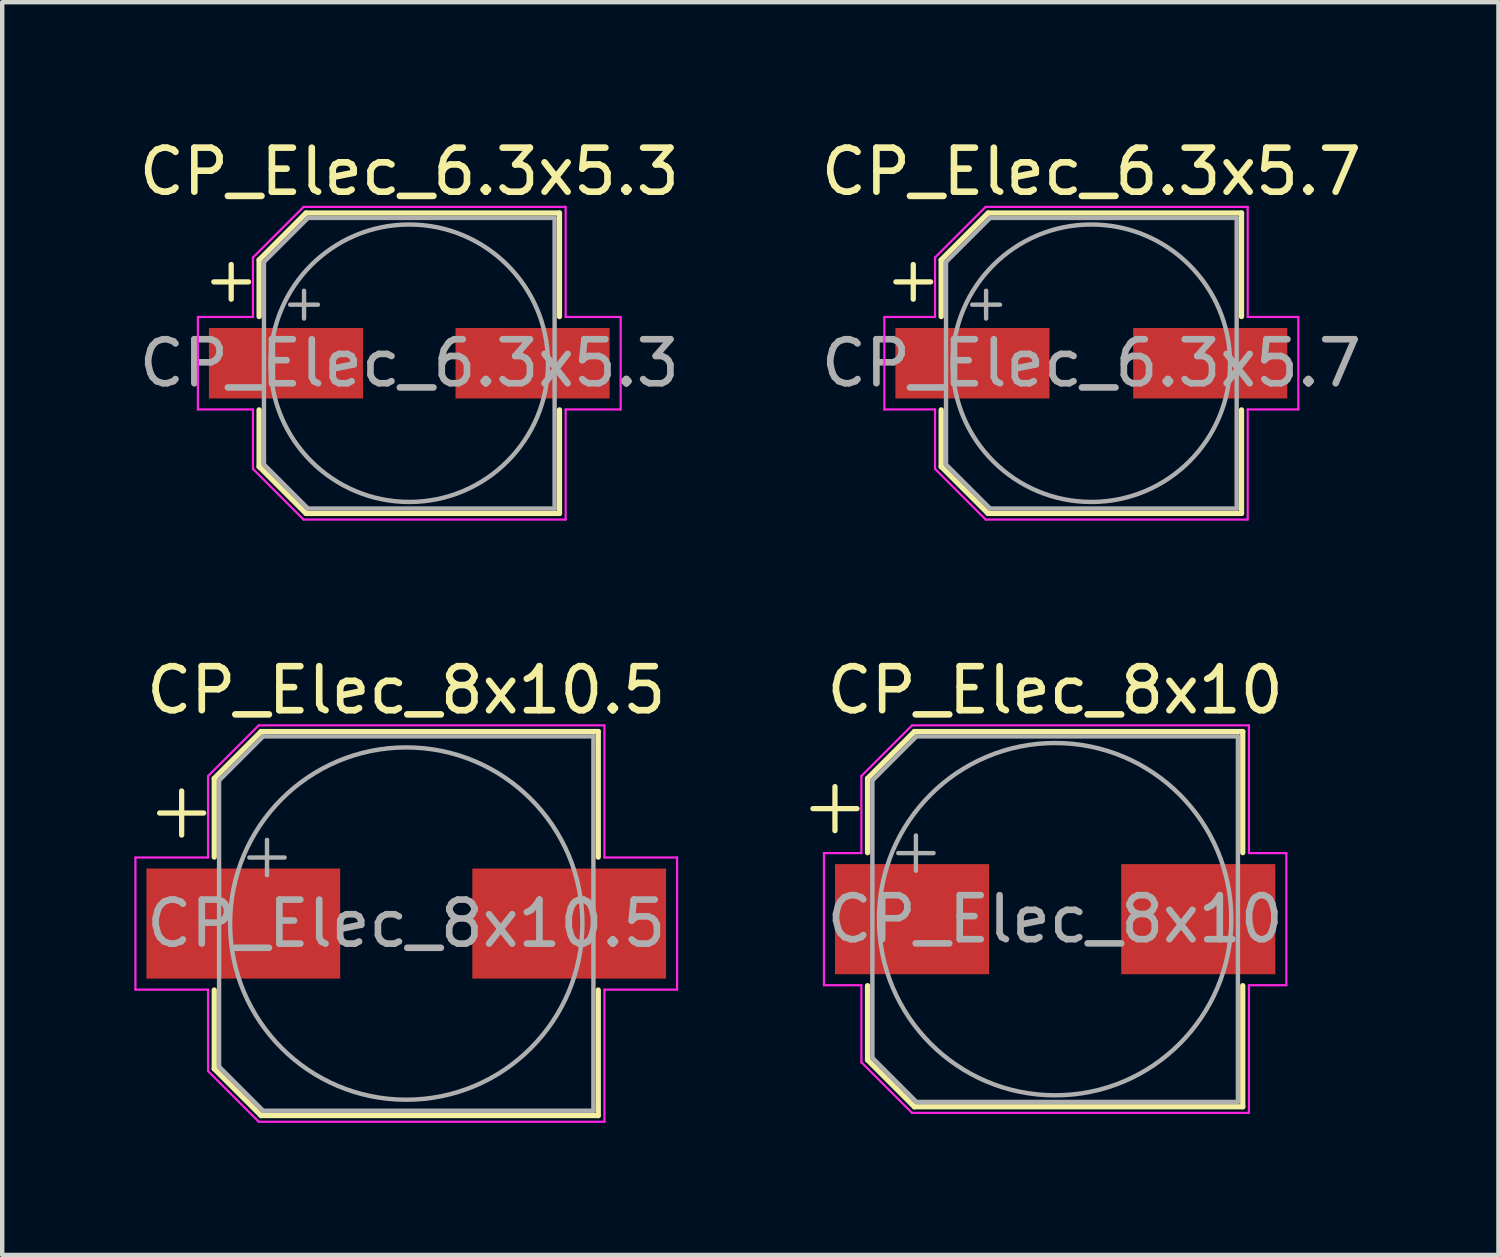
<source format=kicad_pcb>
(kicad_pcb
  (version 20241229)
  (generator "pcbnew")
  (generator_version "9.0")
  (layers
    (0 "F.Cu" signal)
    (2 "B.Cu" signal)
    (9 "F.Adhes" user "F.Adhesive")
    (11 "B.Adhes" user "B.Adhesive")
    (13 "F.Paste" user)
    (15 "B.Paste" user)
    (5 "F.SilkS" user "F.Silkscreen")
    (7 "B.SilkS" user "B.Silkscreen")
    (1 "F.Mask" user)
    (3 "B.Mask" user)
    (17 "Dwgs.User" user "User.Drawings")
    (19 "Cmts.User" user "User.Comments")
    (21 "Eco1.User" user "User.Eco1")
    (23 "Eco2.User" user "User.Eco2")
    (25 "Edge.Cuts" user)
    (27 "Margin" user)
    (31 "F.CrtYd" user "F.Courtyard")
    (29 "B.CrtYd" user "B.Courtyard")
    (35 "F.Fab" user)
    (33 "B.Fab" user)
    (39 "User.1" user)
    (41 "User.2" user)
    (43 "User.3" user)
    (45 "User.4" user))
  (footprint "CP_Elec_8x10"
    (layer "F.Cu")
    (at 20.91 17.822)
    (property "Reference" "CP_Elec_8x10" (at 0 -5.2 0) (layer "F.SilkS") (effects (font (size 1 1) (thickness 0.15))))
    (attr smd)
    (fp_line (start -5.5 -2.51) (end -4.5 -2.51) (stroke (width 0.12) (type solid)) (layer "F.SilkS"))
    (fp_line (start -5 -3.01) (end -5 -2.01) (stroke (width 0.12) (type solid)) (layer "F.SilkS"))
    (fp_line (start -4.26 -3.196) (end -4.26 -1.51) (stroke (width 0.12) (type solid)) (layer "F.SilkS"))
    (fp_line (start -4.26 -3.196) (end -3.196 -4.26) (stroke (width 0.12) (type solid)) (layer "F.SilkS"))
    (fp_line (start -4.26 3.196) (end -4.26 1.51) (stroke (width 0.12) (type solid)) (layer "F.SilkS"))
    (fp_line (start -4.26 3.196) (end -3.196 4.26) (stroke (width 0.12) (type solid)) (layer "F.SilkS"))
    (fp_line (start -3.196 -4.26) (end 4.26 -4.26) (stroke (width 0.12) (type solid)) (layer "F.SilkS"))
    (fp_line (start -3.196 4.26) (end 4.26 4.26) (stroke (width 0.12) (type solid)) (layer "F.SilkS"))
    (fp_line (start 4.26 -4.26) (end 4.26 -1.51) (stroke (width 0.12) (type solid)) (layer "F.SilkS"))
    (fp_line (start 4.26 4.26) (end 4.26 1.51) (stroke (width 0.12) (type solid)) (layer "F.SilkS"))
    (fp_line (start -5.25 -1.5) (end -5.25 1.5) (stroke (width 0.05) (type solid)) (layer "F.CrtYd"))
    (fp_line (start -5.25 1.5) (end -4.4 1.5) (stroke (width 0.05) (type solid)) (layer "F.CrtYd"))
    (fp_line (start -4.4 -3.25) (end -4.4 -1.5) (stroke (width 0.05) (type solid)) (layer "F.CrtYd"))
    (fp_line (start -4.4 -3.25) (end -3.25 -4.4) (stroke (width 0.05) (type solid)) (layer "F.CrtYd"))
    (fp_line (start -4.4 -1.5) (end -5.25 -1.5) (stroke (width 0.05) (type solid)) (layer "F.CrtYd"))
    (fp_line (start -4.4 1.5) (end -4.4 3.25) (stroke (width 0.05) (type solid)) (layer "F.CrtYd"))
    (fp_line (start -4.4 3.25) (end -3.25 4.4) (stroke (width 0.05) (type solid)) (layer "F.CrtYd"))
    (fp_line (start -3.25 -4.4) (end 4.4 -4.4) (stroke (width 0.05) (type solid)) (layer "F.CrtYd"))
    (fp_line (start -3.25 4.4) (end 4.4 4.4) (stroke (width 0.05) (type solid)) (layer "F.CrtYd"))
    (fp_line (start 4.4 -4.4) (end 4.4 -1.5) (stroke (width 0.05) (type solid)) (layer "F.CrtYd"))
    (fp_line (start 4.4 -1.5) (end 5.25 -1.5) (stroke (width 0.05) (type solid)) (layer "F.CrtYd"))
    (fp_line (start 4.4 1.5) (end 4.4 4.4) (stroke (width 0.05) (type solid)) (layer "F.CrtYd"))
    (fp_line (start 5.25 -1.5) (end 5.25 1.5) (stroke (width 0.05) (type solid)) (layer "F.CrtYd"))
    (fp_line (start 5.25 1.5) (end 4.4 1.5) (stroke (width 0.05) (type solid)) (layer "F.CrtYd"))
    (fp_line (start -4.15 -3.15) (end -4.15 3.15) (stroke (width 0.1) (type solid)) (layer "F.Fab"))
    (fp_line (start -4.15 -3.15) (end -3.15 -4.15) (stroke (width 0.1) (type solid)) (layer "F.Fab"))
    (fp_line (start -4.15 3.15) (end -3.15 4.15) (stroke (width 0.1) (type solid)) (layer "F.Fab"))
    (fp_line (start -3.562 -1.5) (end -2.762 -1.5) (stroke (width 0.1) (type solid)) (layer "F.Fab"))
    (fp_line (start -3.162 -1.9) (end -3.162 -1.1) (stroke (width 0.1) (type solid)) (layer "F.Fab"))
    (fp_line (start -3.15 -4.15) (end 4.15 -4.15) (stroke (width 0.1) (type solid)) (layer "F.Fab"))
    (fp_line (start -3.15 4.15) (end 4.15 4.15) (stroke (width 0.1) (type solid)) (layer "F.Fab"))
    (fp_line (start 4.15 -4.15) (end 4.15 4.15) (stroke (width 0.1) (type solid)) (layer "F.Fab"))
    (fp_circle (center 0 0) (end 4 0) (stroke (width 0.1) (type solid)) (fill no) (layer "F.Fab"))
    (fp_text user "${REFERENCE}" (at 0 0 0) (layer "F.Fab") (effects (font (size 1 1) (thickness 0.15))))
    (pad "1" smd rect (at -3.25 0) (size 3.5 2.5) (layers "F.Cu" "F.Mask" "F.Paste"))
    (pad "2" smd rect (at 3.25 0) (size 3.5 2.5) (layers "F.Cu" "F.Mask" "F.Paste")))
  (footprint "CP_Elec_6.3x5.7"
    (layer "F.Cu")
    (at 21.732 5.198)
    (property "Reference" "CP_Elec_6.3x5.7" (at 0 -4.35 0) (layer "F.SilkS") (effects (font (size 1 1) (thickness 0.15))))
    (attr smd)
    (fp_line (start -4.438 -1.847) (end -3.65 -1.847) (stroke (width 0.12) (type solid)) (layer "F.SilkS"))
    (fp_line (start -4.044 -2.241) (end -4.044 -1.454) (stroke (width 0.12) (type solid)) (layer "F.SilkS"))
    (fp_line (start -3.41 -2.346) (end -3.41 -1.06) (stroke (width 0.12) (type solid)) (layer "F.SilkS"))
    (fp_line (start -3.41 -2.346) (end -2.346 -3.41) (stroke (width 0.12) (type solid)) (layer "F.SilkS"))
    (fp_line (start -3.41 2.346) (end -3.41 1.06) (stroke (width 0.12) (type solid)) (layer "F.SilkS"))
    (fp_line (start -3.41 2.346) (end -2.346 3.41) (stroke (width 0.12) (type solid)) (layer "F.SilkS"))
    (fp_line (start -2.346 -3.41) (end 3.41 -3.41) (stroke (width 0.12) (type solid)) (layer "F.SilkS"))
    (fp_line (start -2.346 3.41) (end 3.41 3.41) (stroke (width 0.12) (type solid)) (layer "F.SilkS"))
    (fp_line (start 3.41 -3.41) (end 3.41 -1.06) (stroke (width 0.12) (type solid)) (layer "F.SilkS"))
    (fp_line (start 3.41 3.41) (end 3.41 1.06) (stroke (width 0.12) (type solid)) (layer "F.SilkS"))
    (fp_line (start -4.7 -1.05) (end -4.7 1.05) (stroke (width 0.05) (type solid)) (layer "F.CrtYd"))
    (fp_line (start -4.7 1.05) (end -3.55 1.05) (stroke (width 0.05) (type solid)) (layer "F.CrtYd"))
    (fp_line (start -3.55 -2.4) (end -3.55 -1.05) (stroke (width 0.05) (type solid)) (layer "F.CrtYd"))
    (fp_line (start -3.55 -2.4) (end -2.4 -3.55) (stroke (width 0.05) (type solid)) (layer "F.CrtYd"))
    (fp_line (start -3.55 -1.05) (end -4.7 -1.05) (stroke (width 0.05) (type solid)) (layer "F.CrtYd"))
    (fp_line (start -3.55 1.05) (end -3.55 2.4) (stroke (width 0.05) (type solid)) (layer "F.CrtYd"))
    (fp_line (start -3.55 2.4) (end -2.4 3.55) (stroke (width 0.05) (type solid)) (layer "F.CrtYd"))
    (fp_line (start -2.4 -3.55) (end 3.55 -3.55) (stroke (width 0.05) (type solid)) (layer "F.CrtYd"))
    (fp_line (start -2.4 3.55) (end 3.55 3.55) (stroke (width 0.05) (type solid)) (layer "F.CrtYd"))
    (fp_line (start 3.55 -3.55) (end 3.55 -1.05) (stroke (width 0.05) (type solid)) (layer "F.CrtYd"))
    (fp_line (start 3.55 -1.05) (end 4.7 -1.05) (stroke (width 0.05) (type solid)) (layer "F.CrtYd"))
    (fp_line (start 3.55 1.05) (end 3.55 3.55) (stroke (width 0.05) (type solid)) (layer "F.CrtYd"))
    (fp_line (start 4.7 -1.05) (end 4.7 1.05) (stroke (width 0.05) (type solid)) (layer "F.CrtYd"))
    (fp_line (start 4.7 1.05) (end 3.55 1.05) (stroke (width 0.05) (type solid)) (layer "F.CrtYd"))
    (fp_line (start -3.3 -2.3) (end -3.3 2.3) (stroke (width 0.1) (type solid)) (layer "F.Fab"))
    (fp_line (start -3.3 -2.3) (end -2.3 -3.3) (stroke (width 0.1) (type solid)) (layer "F.Fab"))
    (fp_line (start -3.3 2.3) (end -2.3 3.3) (stroke (width 0.1) (type solid)) (layer "F.Fab"))
    (fp_line (start -2.705 -1.33) (end -2.075 -1.33) (stroke (width 0.1) (type solid)) (layer "F.Fab"))
    (fp_line (start -2.39 -1.645) (end -2.39 -1.015) (stroke (width 0.1) (type solid)) (layer "F.Fab"))
    (fp_line (start -2.3 -3.3) (end 3.3 -3.3) (stroke (width 0.1) (type solid)) (layer "F.Fab"))
    (fp_line (start -2.3 3.3) (end 3.3 3.3) (stroke (width 0.1) (type solid)) (layer "F.Fab"))
    (fp_line (start 3.3 -3.3) (end 3.3 3.3) (stroke (width 0.1) (type solid)) (layer "F.Fab"))
    (fp_circle (center 0 0) (end 3.15 0) (stroke (width 0.1) (type solid)) (fill no) (layer "F.Fab"))
    (fp_text user "${REFERENCE}" (at 0 0 0) (layer "F.Fab") (effects (font (size 1 1) (thickness 0.15))))
    (pad "1" smd rect (at -2.7 0) (size 3.5 1.6) (layers "F.Cu" "F.Mask" "F.Paste"))
    (pad "2" smd rect (at 2.7 0) (size 3.5 1.6) (layers "F.Cu" "F.Mask" "F.Paste")))
  (footprint "CP_Elec_6.3x5.3"
    (layer "F.Cu")
    (at 6.244 5.198)
    (property "Reference" "CP_Elec_6.3x5.3" (at 0 -4.35 0) (layer "F.SilkS") (effects (font (size 1 1) (thickness 0.15))))
    (attr smd)
    (fp_line (start -4.438 -1.847) (end -3.65 -1.847) (stroke (width 0.12) (type solid)) (layer "F.SilkS"))
    (fp_line (start -4.044 -2.241) (end -4.044 -1.454) (stroke (width 0.12) (type solid)) (layer "F.SilkS"))
    (fp_line (start -3.41 -2.346) (end -3.41 -1.06) (stroke (width 0.12) (type solid)) (layer "F.SilkS"))
    (fp_line (start -3.41 -2.346) (end -2.346 -3.41) (stroke (width 0.12) (type solid)) (layer "F.SilkS"))
    (fp_line (start -3.41 2.346) (end -3.41 1.06) (stroke (width 0.12) (type solid)) (layer "F.SilkS"))
    (fp_line (start -3.41 2.346) (end -2.346 3.41) (stroke (width 0.12) (type solid)) (layer "F.SilkS"))
    (fp_line (start -2.346 -3.41) (end 3.41 -3.41) (stroke (width 0.12) (type solid)) (layer "F.SilkS"))
    (fp_line (start -2.346 3.41) (end 3.41 3.41) (stroke (width 0.12) (type solid)) (layer "F.SilkS"))
    (fp_line (start 3.41 -3.41) (end 3.41 -1.06) (stroke (width 0.12) (type solid)) (layer "F.SilkS"))
    (fp_line (start 3.41 3.41) (end 3.41 1.06) (stroke (width 0.12) (type solid)) (layer "F.SilkS"))
    (fp_line (start -4.8 -1.05) (end -4.8 1.05) (stroke (width 0.05) (type solid)) (layer "F.CrtYd"))
    (fp_line (start -4.8 1.05) (end -3.55 1.05) (stroke (width 0.05) (type solid)) (layer "F.CrtYd"))
    (fp_line (start -3.55 -2.4) (end -3.55 -1.05) (stroke (width 0.05) (type solid)) (layer "F.CrtYd"))
    (fp_line (start -3.55 -2.4) (end -2.4 -3.55) (stroke (width 0.05) (type solid)) (layer "F.CrtYd"))
    (fp_line (start -3.55 -1.05) (end -4.8 -1.05) (stroke (width 0.05) (type solid)) (layer "F.CrtYd"))
    (fp_line (start -3.55 1.05) (end -3.55 2.4) (stroke (width 0.05) (type solid)) (layer "F.CrtYd"))
    (fp_line (start -3.55 2.4) (end -2.4 3.55) (stroke (width 0.05) (type solid)) (layer "F.CrtYd"))
    (fp_line (start -2.4 -3.55) (end 3.55 -3.55) (stroke (width 0.05) (type solid)) (layer "F.CrtYd"))
    (fp_line (start -2.4 3.55) (end 3.55 3.55) (stroke (width 0.05) (type solid)) (layer "F.CrtYd"))
    (fp_line (start 3.55 -3.55) (end 3.55 -1.05) (stroke (width 0.05) (type solid)) (layer "F.CrtYd"))
    (fp_line (start 3.55 -1.05) (end 4.8 -1.05) (stroke (width 0.05) (type solid)) (layer "F.CrtYd"))
    (fp_line (start 3.55 1.05) (end 3.55 3.55) (stroke (width 0.05) (type solid)) (layer "F.CrtYd"))
    (fp_line (start 4.8 -1.05) (end 4.8 1.05) (stroke (width 0.05) (type solid)) (layer "F.CrtYd"))
    (fp_line (start 4.8 1.05) (end 3.55 1.05) (stroke (width 0.05) (type solid)) (layer "F.CrtYd"))
    (fp_line (start -3.3 -2.3) (end -3.3 2.3) (stroke (width 0.1) (type solid)) (layer "F.Fab"))
    (fp_line (start -3.3 -2.3) (end -2.3 -3.3) (stroke (width 0.1) (type solid)) (layer "F.Fab"))
    (fp_line (start -3.3 2.3) (end -2.3 3.3) (stroke (width 0.1) (type solid)) (layer "F.Fab"))
    (fp_line (start -2.705 -1.33) (end -2.075 -1.33) (stroke (width 0.1) (type solid)) (layer "F.Fab"))
    (fp_line (start -2.39 -1.645) (end -2.39 -1.015) (stroke (width 0.1) (type solid)) (layer "F.Fab"))
    (fp_line (start -2.3 -3.3) (end 3.3 -3.3) (stroke (width 0.1) (type solid)) (layer "F.Fab"))
    (fp_line (start -2.3 3.3) (end 3.3 3.3) (stroke (width 0.1) (type solid)) (layer "F.Fab"))
    (fp_line (start 3.3 -3.3) (end 3.3 3.3) (stroke (width 0.1) (type solid)) (layer "F.Fab"))
    (fp_circle (center 0 0) (end 3.15 0) (stroke (width 0.1) (type solid)) (fill no) (layer "F.Fab"))
    (fp_text user "${REFERENCE}" (at 0 0 0) (layer "F.Fab") (effects (font (size 1 1) (thickness 0.15))))
    (pad "1" smd rect (at -2.8 0) (size 3.5 1.6) (layers "F.Cu" "F.Mask" "F.Paste"))
    (pad "2" smd rect (at 2.8 0) (size 3.5 1.6) (layers "F.Cu" "F.Mask" "F.Paste")))
  (footprint "CP_Elec_8x10.5"
    (layer "F.Cu")
    (at 6.175 17.922)
    (property "Reference" "CP_Elec_8x10.5" (at 0 -5.3 0) (layer "F.SilkS") (effects (font (size 1 1) (thickness 0.15))))
    (attr smd)
    (fp_line (start -5.6 -2.51) (end -4.6 -2.51) (stroke (width 0.12) (type solid)) (layer "F.SilkS"))
    (fp_line (start -5.1 -3.01) (end -5.1 -2.01) (stroke (width 0.12) (type solid)) (layer "F.SilkS"))
    (fp_line (start -4.36 -3.296) (end -4.36 -1.51) (stroke (width 0.12) (type solid)) (layer "F.SilkS"))
    (fp_line (start -4.36 -3.296) (end -3.296 -4.36) (stroke (width 0.12) (type solid)) (layer "F.SilkS"))
    (fp_line (start -4.36 3.296) (end -4.36 1.51) (stroke (width 0.12) (type solid)) (layer "F.SilkS"))
    (fp_line (start -4.36 3.296) (end -3.296 4.36) (stroke (width 0.12) (type solid)) (layer "F.SilkS"))
    (fp_line (start -3.296 -4.36) (end 4.36 -4.36) (stroke (width 0.12) (type solid)) (layer "F.SilkS"))
    (fp_line (start -3.296 4.36) (end 4.36 4.36) (stroke (width 0.12) (type solid)) (layer "F.SilkS"))
    (fp_line (start 4.36 -4.36) (end 4.36 -1.51) (stroke (width 0.12) (type solid)) (layer "F.SilkS"))
    (fp_line (start 4.36 4.36) (end 4.36 1.51) (stroke (width 0.12) (type solid)) (layer "F.SilkS"))
    (fp_line (start -6.15 -1.5) (end -6.15 1.5) (stroke (width 0.05) (type solid)) (layer "F.CrtYd"))
    (fp_line (start -6.15 1.5) (end -4.5 1.5) (stroke (width 0.05) (type solid)) (layer "F.CrtYd"))
    (fp_line (start -4.5 -3.35) (end -4.5 -1.5) (stroke (width 0.05) (type solid)) (layer "F.CrtYd"))
    (fp_line (start -4.5 -3.35) (end -3.35 -4.5) (stroke (width 0.05) (type solid)) (layer "F.CrtYd"))
    (fp_line (start -4.5 -1.5) (end -6.15 -1.5) (stroke (width 0.05) (type solid)) (layer "F.CrtYd"))
    (fp_line (start -4.5 1.5) (end -4.5 3.35) (stroke (width 0.05) (type solid)) (layer "F.CrtYd"))
    (fp_line (start -4.5 3.35) (end -3.35 4.5) (stroke (width 0.05) (type solid)) (layer "F.CrtYd"))
    (fp_line (start -3.35 -4.5) (end 4.5 -4.5) (stroke (width 0.05) (type solid)) (layer "F.CrtYd"))
    (fp_line (start -3.35 4.5) (end 4.5 4.5) (stroke (width 0.05) (type solid)) (layer "F.CrtYd"))
    (fp_line (start 4.5 -4.5) (end 4.5 -1.5) (stroke (width 0.05) (type solid)) (layer "F.CrtYd"))
    (fp_line (start 4.5 -1.5) (end 6.15 -1.5) (stroke (width 0.05) (type solid)) (layer "F.CrtYd"))
    (fp_line (start 4.5 1.5) (end 4.5 4.5) (stroke (width 0.05) (type solid)) (layer "F.CrtYd"))
    (fp_line (start 6.15 -1.5) (end 6.15 1.5) (stroke (width 0.05) (type solid)) (layer "F.CrtYd"))
    (fp_line (start 6.15 1.5) (end 4.5 1.5) (stroke (width 0.05) (type solid)) (layer "F.CrtYd"))
    (fp_line (start -4.25 -3.25) (end -4.25 3.25) (stroke (width 0.1) (type solid)) (layer "F.Fab"))
    (fp_line (start -4.25 -3.25) (end -3.25 -4.25) (stroke (width 0.1) (type solid)) (layer "F.Fab"))
    (fp_line (start -4.25 3.25) (end -3.25 4.25) (stroke (width 0.1) (type solid)) (layer "F.Fab"))
    (fp_line (start -3.562 -1.5) (end -2.762 -1.5) (stroke (width 0.1) (type solid)) (layer "F.Fab"))
    (fp_line (start -3.25 -4.25) (end 4.25 -4.25) (stroke (width 0.1) (type solid)) (layer "F.Fab"))
    (fp_line (start -3.25 4.25) (end 4.25 4.25) (stroke (width 0.1) (type solid)) (layer "F.Fab"))
    (fp_line (start -3.162 -1.9) (end -3.162 -1.1) (stroke (width 0.1) (type solid)) (layer "F.Fab"))
    (fp_line (start 4.25 -4.25) (end 4.25 4.25) (stroke (width 0.1) (type solid)) (layer "F.Fab"))
    (fp_circle (center 0 0) (end 4 0) (stroke (width 0.1) (type solid)) (fill no) (layer "F.Fab"))
    (fp_text user "${REFERENCE}" (at 0 0 0) (layer "F.Fab") (effects (font (size 1 1) (thickness 0.15))))
    (pad "1" smd rect (at -3.7 0) (size 4.4 2.5) (layers "F.Cu" "F.Mask" "F.Paste"))
    (pad "2" smd rect (at 3.7 0) (size 4.4 2.5) (layers "F.Cu" "F.Mask" "F.Paste")))
  (gr_rect
    (start -3 -3)
    (end 30.976 25.447)
    (stroke (width 0.1) (type default))
    (fill no)
    (layer "Edge.Cuts")))
</source>
